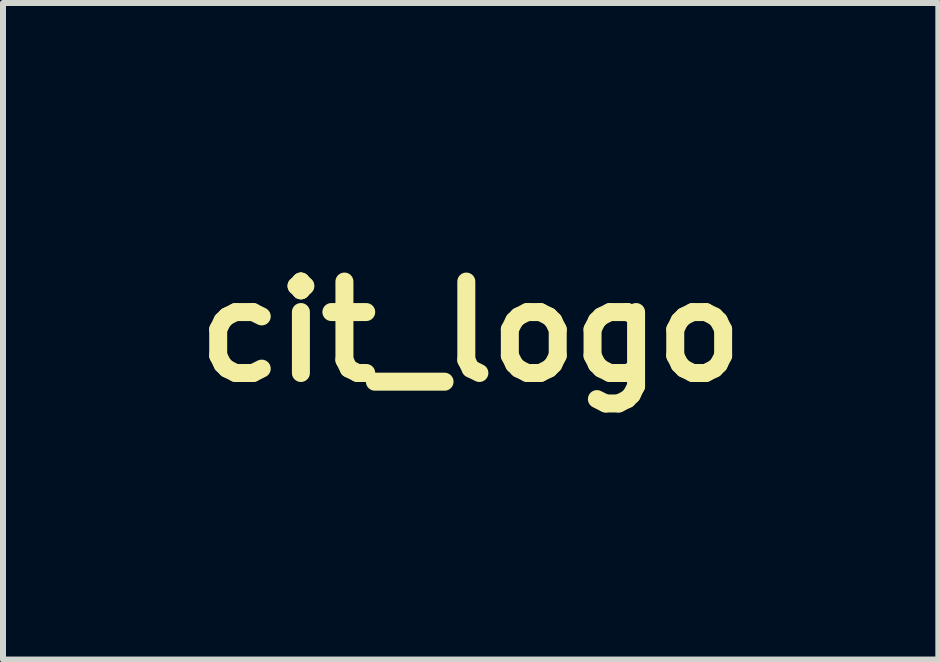
<source format=kicad_pcb>
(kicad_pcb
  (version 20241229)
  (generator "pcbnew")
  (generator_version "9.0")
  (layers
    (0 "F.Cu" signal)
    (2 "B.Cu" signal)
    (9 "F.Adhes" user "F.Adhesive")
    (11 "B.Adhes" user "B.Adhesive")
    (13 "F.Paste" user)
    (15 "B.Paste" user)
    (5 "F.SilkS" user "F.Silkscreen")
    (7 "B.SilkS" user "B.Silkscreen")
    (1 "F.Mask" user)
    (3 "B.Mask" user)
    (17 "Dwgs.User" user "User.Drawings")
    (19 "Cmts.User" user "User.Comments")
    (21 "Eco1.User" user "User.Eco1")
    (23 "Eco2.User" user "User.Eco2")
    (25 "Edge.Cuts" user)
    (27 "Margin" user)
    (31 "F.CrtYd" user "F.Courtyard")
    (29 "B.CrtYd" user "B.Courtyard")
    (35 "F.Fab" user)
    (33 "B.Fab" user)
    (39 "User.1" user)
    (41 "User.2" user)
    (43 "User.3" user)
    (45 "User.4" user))
  (footprint "cit_logo"
    (layer "F.Cu")
    (at 4.797 2.479)
    (property "Reference" "cit_logo" (at 0 0 0) (layer "F.SilkS") (effects (font (size 1.524 1.524) (thickness 0.3))))
    (attr through_hole)
    (fp_poly (pts (xy 0.302 -2.474) (xy 0.618 -2.471) (xy 0.917 -2.467) (xy 1.189 -2.46) (xy 1.427 -2.452) (xy 1.621 -2.442) (xy 1.763 -2.43) (xy 1.843 -2.416) (xy 1.852 -2.412) (xy 1.974 -2.313) (xy 2.042 -2.183) (xy 2.052 -2.038) (xy 2.004 -1.898) (xy 1.919 -1.798) (xy 1.877 -1.765) (xy 1.836 -1.741) (xy 1.782 -1.724) (xy 1.705 -1.714) (xy 1.593 -1.708) (xy 1.433 -1.706) (xy 1.215 -1.705) (xy 1.175 -1.705) (xy 0.946 -1.705) (xy 0.779 -1.703) (xy 0.661 -1.698) (xy 0.581 -1.689) (xy 0.528 -1.674) (xy 0.49 -1.652) (xy 0.456 -1.621) (xy 0.452 -1.616) (xy 0.377 -1.495) (xy 0.364 -1.358) (xy 0.412 -1.227) (xy 0.452 -1.178) (xy 0.486 -1.146) (xy 0.523 -1.122) (xy 0.573 -1.106) (xy 0.649 -1.097) (xy 0.761 -1.091) (xy 0.922 -1.089) (xy 1.142 -1.089) (xy 1.175 -1.089) (xy 1.403 -1.088) (xy 1.571 -1.086) (xy 1.69 -1.081) (xy 1.772 -1.072) (xy 1.828 -1.056) (xy 1.871 -1.033) (xy 1.912 -1.002) (xy 1.919 -0.996) (xy 2.021 -0.868) (xy 2.057 -0.721) (xy 2.025 -0.568) (xy 2.015 -0.546) (xy 1.965 -0.47) (xy 1.899 -0.413) (xy 1.807 -0.373) (xy 1.677 -0.347) (xy 1.5 -0.333) (xy 1.265 -0.327) (xy 1.158 -0.327) (xy 0.609 -0.327) (xy 0.459 -0.488) (xy 0.284 -0.638) (xy 0.108 -0.716) (xy -0.07 -0.721) (xy -0.249 -0.653) (xy -0.43 -0.513) (xy -0.475 -0.467) (xy -0.606 -0.327) (xy -1.146 -0.331) (xy -1.343 -0.333) (xy -1.517 -0.338) (xy -1.656 -0.343) (xy -1.742 -0.35) (xy -1.76 -0.353) (xy -1.887 -0.418) (xy -1.982 -0.531) (xy -2.033 -0.672) (xy -2.027 -0.819) (xy -2.001 -0.901) (xy -1.967 -0.963) (xy -1.914 -1.009) (xy -1.833 -1.04) (xy -1.714 -1.061) (xy -1.548 -1.075) (xy -1.323 -1.084) (xy -1.176 -1.089) (xy -0.94 -1.095) (xy -0.765 -1.102) (xy -0.641 -1.111) (xy -0.556 -1.122) (xy -0.499 -1.138) (xy -0.46 -1.16) (xy -0.429 -1.188) (xy -0.359 -1.304) (xy -0.348 -1.437) (xy -0.397 -1.562) (xy -0.448 -1.619) (xy -0.488 -1.651) (xy -0.531 -1.674) (xy -0.589 -1.689) (xy -0.674 -1.699) (xy -0.797 -1.703) (xy -0.972 -1.705) (xy -1.147 -1.705) (xy -1.39 -1.707) (xy -1.571 -1.712) (xy -1.701 -1.723) (xy -1.79 -1.738) (xy -1.851 -1.76) (xy -1.851 -1.76) (xy -1.968 -1.856) (xy -2.031 -1.982) (xy -2.041 -2.121) (xy -1.998 -2.255) (xy -1.903 -2.367) (xy -1.831 -2.411) (xy -1.764 -2.426) (xy -1.633 -2.438) (xy -1.449 -2.449) (xy -1.218 -2.458) (xy -0.952 -2.465) (xy -0.657 -2.47) (xy -0.344 -2.473) (xy -0.021 -2.474) (xy 0.302 -2.474)) (stroke (width 0.01) (type solid)) (fill no) (layer "Eco2.User"))
    (fp_poly (pts (xy 0.185 -0.043) (xy 0.312 0.048) (xy 0.407 0.203) (xy 0.413 0.217) (xy 0.471 0.363) (xy 1.88 0.363) (xy 1.974 0.474) (xy 2.068 0.586) (xy 2.068 1.416) (xy 2.068 1.682) (xy 2.067 1.885) (xy 2.064 2.036) (xy 2.058 2.143) (xy 2.048 2.217) (xy 2.034 2.268) (xy 2.014 2.305) (xy 1.988 2.339) (xy 1.981 2.347) (xy 1.867 2.43) (xy 1.732 2.454) (xy 1.598 2.421) (xy 1.502 2.347) (xy 1.468 2.303) (xy 1.444 2.257) (xy 1.429 2.194) (xy 1.42 2.102) (xy 1.416 1.967) (xy 1.415 1.776) (xy 1.415 1.726) (xy 1.414 1.519) (xy 1.41 1.371) (xy 1.402 1.268) (xy 1.388 1.199) (xy 1.366 1.149) (xy 1.34 1.112) (xy 1.239 1.032) (xy 1.127 1.018) (xy 1.02 1.072) (xy 0.982 1.112) (xy 0.952 1.156) (xy 0.932 1.208) (xy 0.918 1.282) (xy 0.911 1.391) (xy 0.908 1.548) (xy 0.907 1.726) (xy 0.907 1.932) (xy 0.903 2.078) (xy 0.896 2.178) (xy 0.882 2.245) (xy 0.86 2.294) (xy 0.829 2.337) (xy 0.82 2.347) (xy 0.742 2.417) (xy 0.648 2.445) (xy 0.581 2.448) (xy 0.464 2.436) (xy 0.382 2.389) (xy 0.341 2.347) (xy 0.307 2.303) (xy 0.283 2.257) (xy 0.268 2.194) (xy 0.259 2.102) (xy 0.255 1.967) (xy 0.254 1.776) (xy 0.254 1.726) (xy 0.253 1.519) (xy 0.249 1.371) (xy 0.241 1.268) (xy 0.227 1.199) (xy 0.205 1.149) (xy 0.179 1.112) (xy 0.08 1.033) (xy -0.032 1.024) (xy -0.15 1.085) (xy -0.183 1.115) (xy -0.206 1.151) (xy -0.222 1.204) (xy -0.233 1.288) (xy -0.24 1.414) (xy -0.245 1.594) (xy -0.247 1.719) (xy -0.259 2.284) (xy -0.368 2.376) (xy -0.483 2.449) (xy -0.593 2.462) (xy -0.709 2.424) (xy -0.781 2.381) (xy -0.834 2.32) (xy -0.87 2.231) (xy -0.892 2.102) (xy -0.904 1.923) (xy -0.907 1.683) (xy -0.907 1.671) (xy -0.908 1.466) (xy -0.912 1.321) (xy -0.92 1.223) (xy -0.934 1.159) (xy -0.956 1.116) (xy -0.98 1.089) (xy -1.066 1.034) (xy -1.143 1.016) (xy -1.237 1.041) (xy -1.306 1.089) (xy -1.336 1.125) (xy -1.356 1.172) (xy -1.369 1.245) (xy -1.376 1.355) (xy -1.379 1.517) (xy -1.379 1.646) (xy -1.382 1.895) (xy -1.395 2.083) (xy -1.418 2.219) (xy -1.455 2.315) (xy -1.509 2.379) (xy -1.562 2.414) (xy -1.693 2.461) (xy -1.812 2.449) (xy -1.891 2.413) (xy -1.947 2.377) (xy -1.989 2.331) (xy -2.021 2.265) (xy -2.043 2.172) (xy -2.057 2.042) (xy -2.063 1.865) (xy -2.064 1.634) (xy -2.061 1.349) (xy -2.059 1.06) (xy -2.054 0.835) (xy -2.041 0.665) (xy -2.012 0.544) (xy -1.96 0.462) (xy -1.876 0.411) (xy -1.754 0.384) (xy -1.586 0.372) (xy -1.366 0.367) (xy -1.17 0.363) (xy -0.454 0.345) (xy -0.38 0.187) (xy -0.286 0.042) (xy -0.165 -0.041) (xy -0.002 -0.071) (xy 0.022 -0.071) (xy 0.185 -0.043)) (stroke (width 0.01) (type solid)) (fill no) (layer "Eco2.User")))
  (gr_rect
    (start -3 -3)
    (end 12.594 7.946)
    (stroke (width 0.1) (type default))
    (fill no)
    (layer "Edge.Cuts")))
</source>
